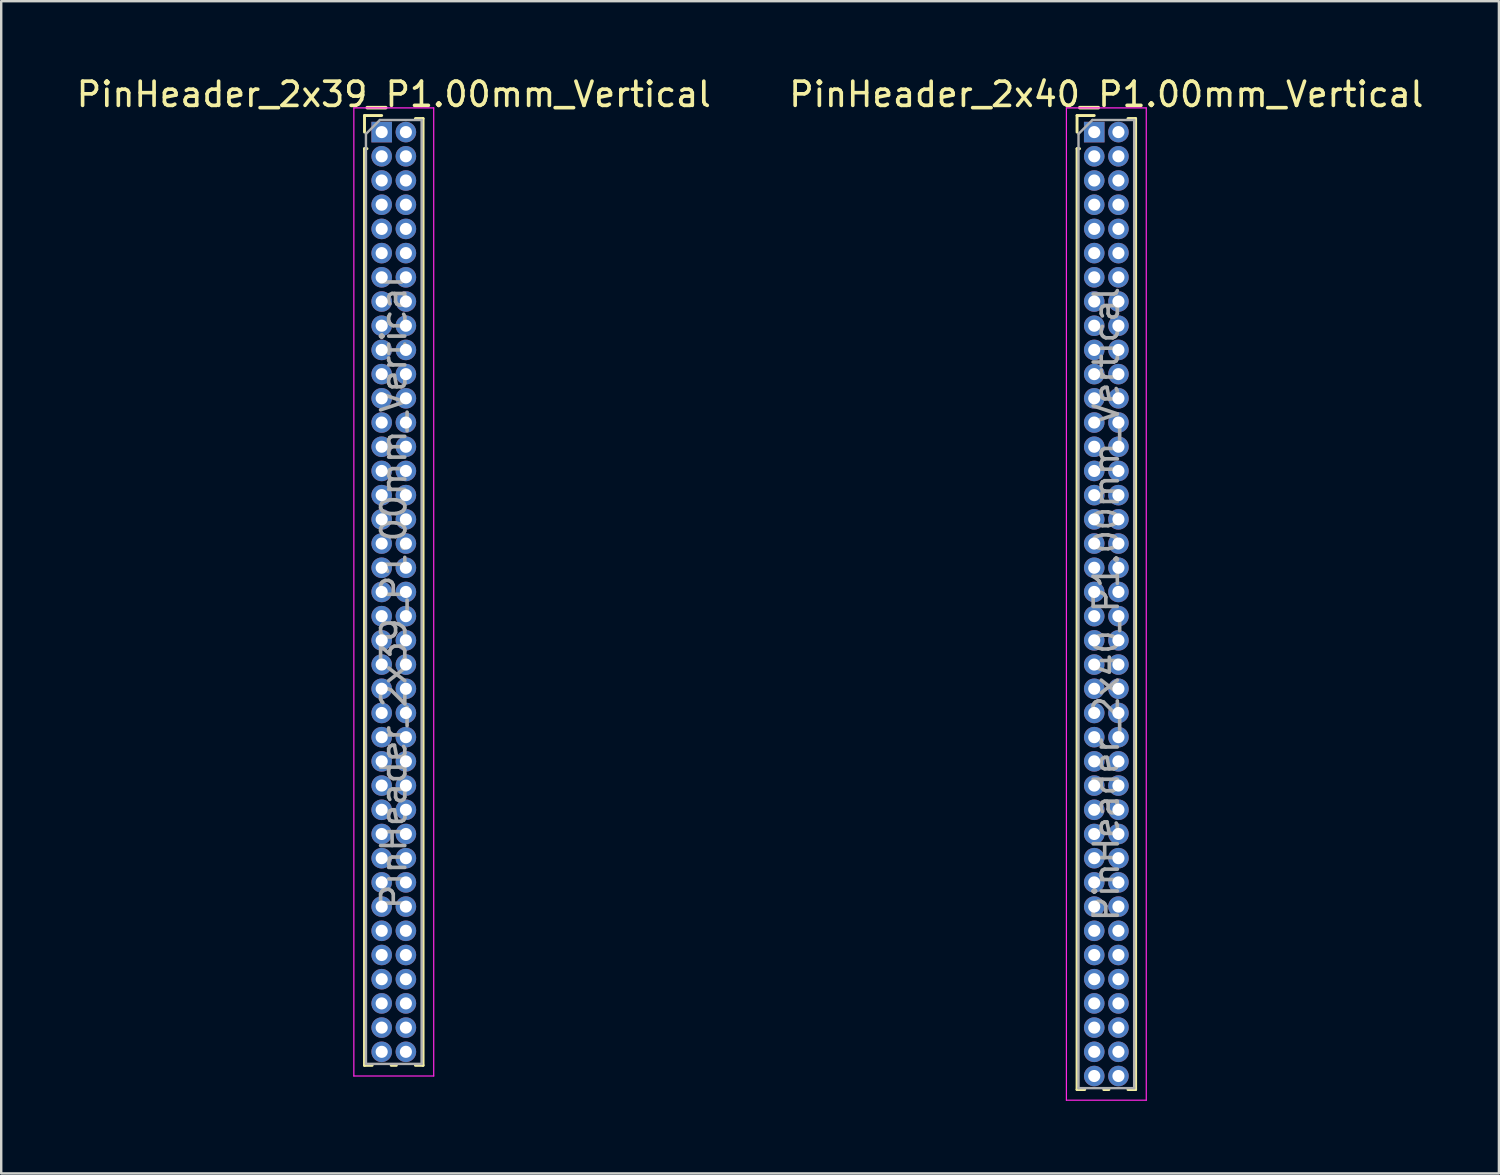
<source format=kicad_pcb>
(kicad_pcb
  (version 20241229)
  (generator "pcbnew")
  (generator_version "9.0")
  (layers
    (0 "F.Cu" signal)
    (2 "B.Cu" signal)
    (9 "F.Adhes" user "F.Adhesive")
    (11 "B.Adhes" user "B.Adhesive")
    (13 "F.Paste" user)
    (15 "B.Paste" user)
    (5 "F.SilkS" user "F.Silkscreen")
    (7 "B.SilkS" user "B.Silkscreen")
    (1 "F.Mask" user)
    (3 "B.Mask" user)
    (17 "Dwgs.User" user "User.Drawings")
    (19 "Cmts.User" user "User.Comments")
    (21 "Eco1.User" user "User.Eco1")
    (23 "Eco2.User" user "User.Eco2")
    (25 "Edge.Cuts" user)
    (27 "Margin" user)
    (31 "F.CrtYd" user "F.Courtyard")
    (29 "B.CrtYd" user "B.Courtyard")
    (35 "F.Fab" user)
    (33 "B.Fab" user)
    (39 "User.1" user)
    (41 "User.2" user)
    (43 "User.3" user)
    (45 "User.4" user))
  (footprint "PinHeader_2x40_P1.00mm_Vertical"
    (layer "F.Cu")
    (at 42.161 2.408)
    (property "Reference" "PinHeader_2x40_P1.00mm_Vertical" (at 0.5 -1.56 0) (layer "F.SilkS") (effects (font (size 1 1) (thickness 0.15))))
    (attr through_hole)
    (fp_line (start -0.71 -0.685) (end 0 -0.685) (stroke (width 0.12) (type solid)) (layer "F.SilkS"))
    (fp_line (start -0.71 0) (end -0.71 -0.685) (stroke (width 0.12) (type solid)) (layer "F.SilkS"))
    (fp_line (start -0.71 0.685) (end -0.71 39.56) (stroke (width 0.12) (type solid)) (layer "F.SilkS"))
    (fp_line (start -0.71 0.685) (end -0.608 0.685) (stroke (width 0.12) (type solid)) (layer "F.SilkS"))
    (fp_line (start -0.71 39.56) (end -0.394 39.56) (stroke (width 0.12) (type solid)) (layer "F.SilkS"))
    (fp_line (start 0.394 39.56) (end 0.606 39.56) (stroke (width 0.12) (type solid)) (layer "F.SilkS"))
    (fp_line (start 1.394 -0.56) (end 1.71 -0.56) (stroke (width 0.12) (type solid)) (layer "F.SilkS"))
    (fp_line (start 1.394 39.56) (end 1.71 39.56) (stroke (width 0.12) (type solid)) (layer "F.SilkS"))
    (fp_line (start 1.71 -0.56) (end 1.71 39.56) (stroke (width 0.12) (type solid)) (layer "F.SilkS"))
    (fp_line (start -1.15 -1) (end -1.15 40) (stroke (width 0.05) (type solid)) (layer "F.CrtYd"))
    (fp_line (start -1.15 40) (end 2.15 40) (stroke (width 0.05) (type solid)) (layer "F.CrtYd"))
    (fp_line (start 2.15 -1) (end -1.15 -1) (stroke (width 0.05) (type solid)) (layer "F.CrtYd"))
    (fp_line (start 2.15 40) (end 2.15 -1) (stroke (width 0.05) (type solid)) (layer "F.CrtYd"))
    (fp_line (start -0.65 0.075) (end -0.075 -0.5) (stroke (width 0.1) (type solid)) (layer "F.Fab"))
    (fp_line (start -0.65 39.5) (end -0.65 0.075) (stroke (width 0.1) (type solid)) (layer "F.Fab"))
    (fp_line (start -0.075 -0.5) (end 1.65 -0.5) (stroke (width 0.1) (type solid)) (layer "F.Fab"))
    (fp_line (start 1.65 -0.5) (end 1.65 39.5) (stroke (width 0.1) (type solid)) (layer "F.Fab"))
    (fp_line (start 1.65 39.5) (end -0.65 39.5) (stroke (width 0.1) (type solid)) (layer "F.Fab"))
    (fp_text user "${REFERENCE}" (at 0.5 19.5 90) (layer "F.Fab") (effects (font (size 1 1) (thickness 0.15))))
    (pad "1" thru_hole rect (at 0 0) (size 0.85 0.85) (drill 0.5) (layers "*.Cu" "*.Mask"))
    (pad "2" thru_hole oval (at 1 0) (size 0.85 0.85) (drill 0.5) (layers "*.Cu" "*.Mask"))
    (pad "3" thru_hole oval (at 0 1) (size 0.85 0.85) (drill 0.5) (layers "*.Cu" "*.Mask"))
    (pad "4" thru_hole oval (at 1 1) (size 0.85 0.85) (drill 0.5) (layers "*.Cu" "*.Mask"))
    (pad "5" thru_hole oval (at 0 2) (size 0.85 0.85) (drill 0.5) (layers "*.Cu" "*.Mask"))
    (pad "6" thru_hole oval (at 1 2) (size 0.85 0.85) (drill 0.5) (layers "*.Cu" "*.Mask"))
    (pad "7" thru_hole oval (at 0 3) (size 0.85 0.85) (drill 0.5) (layers "*.Cu" "*.Mask"))
    (pad "8" thru_hole oval (at 1 3) (size 0.85 0.85) (drill 0.5) (layers "*.Cu" "*.Mask"))
    (pad "9" thru_hole oval (at 0 4) (size 0.85 0.85) (drill 0.5) (layers "*.Cu" "*.Mask"))
    (pad "10" thru_hole oval (at 1 4) (size 0.85 0.85) (drill 0.5) (layers "*.Cu" "*.Mask"))
    (pad "11" thru_hole oval (at 0 5) (size 0.85 0.85) (drill 0.5) (layers "*.Cu" "*.Mask"))
    (pad "12" thru_hole oval (at 1 5) (size 0.85 0.85) (drill 0.5) (layers "*.Cu" "*.Mask"))
    (pad "13" thru_hole oval (at 0 6) (size 0.85 0.85) (drill 0.5) (layers "*.Cu" "*.Mask"))
    (pad "14" thru_hole oval (at 1 6) (size 0.85 0.85) (drill 0.5) (layers "*.Cu" "*.Mask"))
    (pad "15" thru_hole oval (at 0 7) (size 0.85 0.85) (drill 0.5) (layers "*.Cu" "*.Mask"))
    (pad "16" thru_hole oval (at 1 7) (size 0.85 0.85) (drill 0.5) (layers "*.Cu" "*.Mask"))
    (pad "17" thru_hole oval (at 0 8) (size 0.85 0.85) (drill 0.5) (layers "*.Cu" "*.Mask"))
    (pad "18" thru_hole oval (at 1 8) (size 0.85 0.85) (drill 0.5) (layers "*.Cu" "*.Mask"))
    (pad "19" thru_hole oval (at 0 9) (size 0.85 0.85) (drill 0.5) (layers "*.Cu" "*.Mask"))
    (pad "20" thru_hole oval (at 1 9) (size 0.85 0.85) (drill 0.5) (layers "*.Cu" "*.Mask"))
    (pad "21" thru_hole oval (at 0 10) (size 0.85 0.85) (drill 0.5) (layers "*.Cu" "*.Mask"))
    (pad "22" thru_hole oval (at 1 10) (size 0.85 0.85) (drill 0.5) (layers "*.Cu" "*.Mask"))
    (pad "23" thru_hole oval (at 0 11) (size 0.85 0.85) (drill 0.5) (layers "*.Cu" "*.Mask"))
    (pad "24" thru_hole oval (at 1 11) (size 0.85 0.85) (drill 0.5) (layers "*.Cu" "*.Mask"))
    (pad "25" thru_hole oval (at 0 12) (size 0.85 0.85) (drill 0.5) (layers "*.Cu" "*.Mask"))
    (pad "26" thru_hole oval (at 1 12) (size 0.85 0.85) (drill 0.5) (layers "*.Cu" "*.Mask"))
    (pad "27" thru_hole oval (at 0 13) (size 0.85 0.85) (drill 0.5) (layers "*.Cu" "*.Mask"))
    (pad "28" thru_hole oval (at 1 13) (size 0.85 0.85) (drill 0.5) (layers "*.Cu" "*.Mask"))
    (pad "29" thru_hole oval (at 0 14) (size 0.85 0.85) (drill 0.5) (layers "*.Cu" "*.Mask"))
    (pad "30" thru_hole oval (at 1 14) (size 0.85 0.85) (drill 0.5) (layers "*.Cu" "*.Mask"))
    (pad "31" thru_hole oval (at 0 15) (size 0.85 0.85) (drill 0.5) (layers "*.Cu" "*.Mask"))
    (pad "32" thru_hole oval (at 1 15) (size 0.85 0.85) (drill 0.5) (layers "*.Cu" "*.Mask"))
    (pad "33" thru_hole oval (at 0 16) (size 0.85 0.85) (drill 0.5) (layers "*.Cu" "*.Mask"))
    (pad "34" thru_hole oval (at 1 16) (size 0.85 0.85) (drill 0.5) (layers "*.Cu" "*.Mask"))
    (pad "35" thru_hole oval (at 0 17) (size 0.85 0.85) (drill 0.5) (layers "*.Cu" "*.Mask"))
    (pad "36" thru_hole oval (at 1 17) (size 0.85 0.85) (drill 0.5) (layers "*.Cu" "*.Mask"))
    (pad "37" thru_hole oval (at 0 18) (size 0.85 0.85) (drill 0.5) (layers "*.Cu" "*.Mask"))
    (pad "38" thru_hole oval (at 1 18) (size 0.85 0.85) (drill 0.5) (layers "*.Cu" "*.Mask"))
    (pad "39" thru_hole oval (at 0 19) (size 0.85 0.85) (drill 0.5) (layers "*.Cu" "*.Mask"))
    (pad "40" thru_hole oval (at 1 19) (size 0.85 0.85) (drill 0.5) (layers "*.Cu" "*.Mask"))
    (pad "41" thru_hole oval (at 0 20) (size 0.85 0.85) (drill 0.5) (layers "*.Cu" "*.Mask"))
    (pad "42" thru_hole oval (at 1 20) (size 0.85 0.85) (drill 0.5) (layers "*.Cu" "*.Mask"))
    (pad "43" thru_hole oval (at 0 21) (size 0.85 0.85) (drill 0.5) (layers "*.Cu" "*.Mask"))
    (pad "44" thru_hole oval (at 1 21) (size 0.85 0.85) (drill 0.5) (layers "*.Cu" "*.Mask"))
    (pad "45" thru_hole oval (at 0 22) (size 0.85 0.85) (drill 0.5) (layers "*.Cu" "*.Mask"))
    (pad "46" thru_hole oval (at 1 22) (size 0.85 0.85) (drill 0.5) (layers "*.Cu" "*.Mask"))
    (pad "47" thru_hole oval (at 0 23) (size 0.85 0.85) (drill 0.5) (layers "*.Cu" "*.Mask"))
    (pad "48" thru_hole oval (at 1 23) (size 0.85 0.85) (drill 0.5) (layers "*.Cu" "*.Mask"))
    (pad "49" thru_hole oval (at 0 24) (size 0.85 0.85) (drill 0.5) (layers "*.Cu" "*.Mask"))
    (pad "50" thru_hole oval (at 1 24) (size 0.85 0.85) (drill 0.5) (layers "*.Cu" "*.Mask"))
    (pad "51" thru_hole oval (at 0 25) (size 0.85 0.85) (drill 0.5) (layers "*.Cu" "*.Mask"))
    (pad "52" thru_hole oval (at 1 25) (size 0.85 0.85) (drill 0.5) (layers "*.Cu" "*.Mask"))
    (pad "53" thru_hole oval (at 0 26) (size 0.85 0.85) (drill 0.5) (layers "*.Cu" "*.Mask"))
    (pad "54" thru_hole oval (at 1 26) (size 0.85 0.85) (drill 0.5) (layers "*.Cu" "*.Mask"))
    (pad "55" thru_hole oval (at 0 27) (size 0.85 0.85) (drill 0.5) (layers "*.Cu" "*.Mask"))
    (pad "56" thru_hole oval (at 1 27) (size 0.85 0.85) (drill 0.5) (layers "*.Cu" "*.Mask"))
    (pad "57" thru_hole oval (at 0 28) (size 0.85 0.85) (drill 0.5) (layers "*.Cu" "*.Mask"))
    (pad "58" thru_hole oval (at 1 28) (size 0.85 0.85) (drill 0.5) (layers "*.Cu" "*.Mask"))
    (pad "59" thru_hole oval (at 0 29) (size 0.85 0.85) (drill 0.5) (layers "*.Cu" "*.Mask"))
    (pad "60" thru_hole oval (at 1 29) (size 0.85 0.85) (drill 0.5) (layers "*.Cu" "*.Mask"))
    (pad "61" thru_hole oval (at 0 30) (size 0.85 0.85) (drill 0.5) (layers "*.Cu" "*.Mask"))
    (pad "62" thru_hole oval (at 1 30) (size 0.85 0.85) (drill 0.5) (layers "*.Cu" "*.Mask"))
    (pad "63" thru_hole oval (at 0 31) (size 0.85 0.85) (drill 0.5) (layers "*.Cu" "*.Mask"))
    (pad "64" thru_hole oval (at 1 31) (size 0.85 0.85) (drill 0.5) (layers "*.Cu" "*.Mask"))
    (pad "65" thru_hole oval (at 0 32) (size 0.85 0.85) (drill 0.5) (layers "*.Cu" "*.Mask"))
    (pad "66" thru_hole oval (at 1 32) (size 0.85 0.85) (drill 0.5) (layers "*.Cu" "*.Mask"))
    (pad "67" thru_hole oval (at 0 33) (size 0.85 0.85) (drill 0.5) (layers "*.Cu" "*.Mask"))
    (pad "68" thru_hole oval (at 1 33) (size 0.85 0.85) (drill 0.5) (layers "*.Cu" "*.Mask"))
    (pad "69" thru_hole oval (at 0 34) (size 0.85 0.85) (drill 0.5) (layers "*.Cu" "*.Mask"))
    (pad "70" thru_hole oval (at 1 34) (size 0.85 0.85) (drill 0.5) (layers "*.Cu" "*.Mask"))
    (pad "71" thru_hole oval (at 0 35) (size 0.85 0.85) (drill 0.5) (layers "*.Cu" "*.Mask"))
    (pad "72" thru_hole oval (at 1 35) (size 0.85 0.85) (drill 0.5) (layers "*.Cu" "*.Mask"))
    (pad "73" thru_hole oval (at 0 36) (size 0.85 0.85) (drill 0.5) (layers "*.Cu" "*.Mask"))
    (pad "74" thru_hole oval (at 1 36) (size 0.85 0.85) (drill 0.5) (layers "*.Cu" "*.Mask"))
    (pad "75" thru_hole oval (at 0 37) (size 0.85 0.85) (drill 0.5) (layers "*.Cu" "*.Mask"))
    (pad "76" thru_hole oval (at 1 37) (size 0.85 0.85) (drill 0.5) (layers "*.Cu" "*.Mask"))
    (pad "77" thru_hole oval (at 0 38) (size 0.85 0.85) (drill 0.5) (layers "*.Cu" "*.Mask"))
    (pad "78" thru_hole oval (at 1 38) (size 0.85 0.85) (drill 0.5) (layers "*.Cu" "*.Mask"))
    (pad "79" thru_hole oval (at 0 39) (size 0.85 0.85) (drill 0.5) (layers "*.Cu" "*.Mask"))
    (pad "80" thru_hole oval (at 1 39) (size 0.85 0.85) (drill 0.5) (layers "*.Cu" "*.Mask")))
  (footprint "PinHeader_2x39_P1.00mm_Vertical"
    (layer "F.Cu")
    (at 12.72 2.408)
    (property "Reference" "PinHeader_2x39_P1.00mm_Vertical" (at 0.5 -1.56 0) (layer "F.SilkS") (effects (font (size 1 1) (thickness 0.15))))
    (attr through_hole)
    (fp_line (start -0.71 -0.685) (end 0 -0.685) (stroke (width 0.12) (type solid)) (layer "F.SilkS"))
    (fp_line (start -0.71 0) (end -0.71 -0.685) (stroke (width 0.12) (type solid)) (layer "F.SilkS"))
    (fp_line (start -0.71 0.685) (end -0.71 38.56) (stroke (width 0.12) (type solid)) (layer "F.SilkS"))
    (fp_line (start -0.71 0.685) (end -0.608 0.685) (stroke (width 0.12) (type solid)) (layer "F.SilkS"))
    (fp_line (start -0.71 38.56) (end -0.394 38.56) (stroke (width 0.12) (type solid)) (layer "F.SilkS"))
    (fp_line (start 0.394 38.56) (end 0.606 38.56) (stroke (width 0.12) (type solid)) (layer "F.SilkS"))
    (fp_line (start 1.394 -0.56) (end 1.71 -0.56) (stroke (width 0.12) (type solid)) (layer "F.SilkS"))
    (fp_line (start 1.394 38.56) (end 1.71 38.56) (stroke (width 0.12) (type solid)) (layer "F.SilkS"))
    (fp_line (start 1.71 -0.56) (end 1.71 38.56) (stroke (width 0.12) (type solid)) (layer "F.SilkS"))
    (fp_line (start -1.15 -1) (end -1.15 39) (stroke (width 0.05) (type solid)) (layer "F.CrtYd"))
    (fp_line (start -1.15 39) (end 2.15 39) (stroke (width 0.05) (type solid)) (layer "F.CrtYd"))
    (fp_line (start 2.15 -1) (end -1.15 -1) (stroke (width 0.05) (type solid)) (layer "F.CrtYd"))
    (fp_line (start 2.15 39) (end 2.15 -1) (stroke (width 0.05) (type solid)) (layer "F.CrtYd"))
    (fp_line (start -0.65 0.075) (end -0.075 -0.5) (stroke (width 0.1) (type solid)) (layer "F.Fab"))
    (fp_line (start -0.65 38.5) (end -0.65 0.075) (stroke (width 0.1) (type solid)) (layer "F.Fab"))
    (fp_line (start -0.075 -0.5) (end 1.65 -0.5) (stroke (width 0.1) (type solid)) (layer "F.Fab"))
    (fp_line (start 1.65 -0.5) (end 1.65 38.5) (stroke (width 0.1) (type solid)) (layer "F.Fab"))
    (fp_line (start 1.65 38.5) (end -0.65 38.5) (stroke (width 0.1) (type solid)) (layer "F.Fab"))
    (fp_text user "${REFERENCE}" (at 0.5 19 90) (layer "F.Fab") (effects (font (size 1 1) (thickness 0.15))))
    (pad "1" thru_hole rect (at 0 0) (size 0.85 0.85) (drill 0.5) (layers "*.Cu" "*.Mask"))
    (pad "2" thru_hole oval (at 1 0) (size 0.85 0.85) (drill 0.5) (layers "*.Cu" "*.Mask"))
    (pad "3" thru_hole oval (at 0 1) (size 0.85 0.85) (drill 0.5) (layers "*.Cu" "*.Mask"))
    (pad "4" thru_hole oval (at 1 1) (size 0.85 0.85) (drill 0.5) (layers "*.Cu" "*.Mask"))
    (pad "5" thru_hole oval (at 0 2) (size 0.85 0.85) (drill 0.5) (layers "*.Cu" "*.Mask"))
    (pad "6" thru_hole oval (at 1 2) (size 0.85 0.85) (drill 0.5) (layers "*.Cu" "*.Mask"))
    (pad "7" thru_hole oval (at 0 3) (size 0.85 0.85) (drill 0.5) (layers "*.Cu" "*.Mask"))
    (pad "8" thru_hole oval (at 1 3) (size 0.85 0.85) (drill 0.5) (layers "*.Cu" "*.Mask"))
    (pad "9" thru_hole oval (at 0 4) (size 0.85 0.85) (drill 0.5) (layers "*.Cu" "*.Mask"))
    (pad "10" thru_hole oval (at 1 4) (size 0.85 0.85) (drill 0.5) (layers "*.Cu" "*.Mask"))
    (pad "11" thru_hole oval (at 0 5) (size 0.85 0.85) (drill 0.5) (layers "*.Cu" "*.Mask"))
    (pad "12" thru_hole oval (at 1 5) (size 0.85 0.85) (drill 0.5) (layers "*.Cu" "*.Mask"))
    (pad "13" thru_hole oval (at 0 6) (size 0.85 0.85) (drill 0.5) (layers "*.Cu" "*.Mask"))
    (pad "14" thru_hole oval (at 1 6) (size 0.85 0.85) (drill 0.5) (layers "*.Cu" "*.Mask"))
    (pad "15" thru_hole oval (at 0 7) (size 0.85 0.85) (drill 0.5) (layers "*.Cu" "*.Mask"))
    (pad "16" thru_hole oval (at 1 7) (size 0.85 0.85) (drill 0.5) (layers "*.Cu" "*.Mask"))
    (pad "17" thru_hole oval (at 0 8) (size 0.85 0.85) (drill 0.5) (layers "*.Cu" "*.Mask"))
    (pad "18" thru_hole oval (at 1 8) (size 0.85 0.85) (drill 0.5) (layers "*.Cu" "*.Mask"))
    (pad "19" thru_hole oval (at 0 9) (size 0.85 0.85) (drill 0.5) (layers "*.Cu" "*.Mask"))
    (pad "20" thru_hole oval (at 1 9) (size 0.85 0.85) (drill 0.5) (layers "*.Cu" "*.Mask"))
    (pad "21" thru_hole oval (at 0 10) (size 0.85 0.85) (drill 0.5) (layers "*.Cu" "*.Mask"))
    (pad "22" thru_hole oval (at 1 10) (size 0.85 0.85) (drill 0.5) (layers "*.Cu" "*.Mask"))
    (pad "23" thru_hole oval (at 0 11) (size 0.85 0.85) (drill 0.5) (layers "*.Cu" "*.Mask"))
    (pad "24" thru_hole oval (at 1 11) (size 0.85 0.85) (drill 0.5) (layers "*.Cu" "*.Mask"))
    (pad "25" thru_hole oval (at 0 12) (size 0.85 0.85) (drill 0.5) (layers "*.Cu" "*.Mask"))
    (pad "26" thru_hole oval (at 1 12) (size 0.85 0.85) (drill 0.5) (layers "*.Cu" "*.Mask"))
    (pad "27" thru_hole oval (at 0 13) (size 0.85 0.85) (drill 0.5) (layers "*.Cu" "*.Mask"))
    (pad "28" thru_hole oval (at 1 13) (size 0.85 0.85) (drill 0.5) (layers "*.Cu" "*.Mask"))
    (pad "29" thru_hole oval (at 0 14) (size 0.85 0.85) (drill 0.5) (layers "*.Cu" "*.Mask"))
    (pad "30" thru_hole oval (at 1 14) (size 0.85 0.85) (drill 0.5) (layers "*.Cu" "*.Mask"))
    (pad "31" thru_hole oval (at 0 15) (size 0.85 0.85) (drill 0.5) (layers "*.Cu" "*.Mask"))
    (pad "32" thru_hole oval (at 1 15) (size 0.85 0.85) (drill 0.5) (layers "*.Cu" "*.Mask"))
    (pad "33" thru_hole oval (at 0 16) (size 0.85 0.85) (drill 0.5) (layers "*.Cu" "*.Mask"))
    (pad "34" thru_hole oval (at 1 16) (size 0.85 0.85) (drill 0.5) (layers "*.Cu" "*.Mask"))
    (pad "35" thru_hole oval (at 0 17) (size 0.85 0.85) (drill 0.5) (layers "*.Cu" "*.Mask"))
    (pad "36" thru_hole oval (at 1 17) (size 0.85 0.85) (drill 0.5) (layers "*.Cu" "*.Mask"))
    (pad "37" thru_hole oval (at 0 18) (size 0.85 0.85) (drill 0.5) (layers "*.Cu" "*.Mask"))
    (pad "38" thru_hole oval (at 1 18) (size 0.85 0.85) (drill 0.5) (layers "*.Cu" "*.Mask"))
    (pad "39" thru_hole oval (at 0 19) (size 0.85 0.85) (drill 0.5) (layers "*.Cu" "*.Mask"))
    (pad "40" thru_hole oval (at 1 19) (size 0.85 0.85) (drill 0.5) (layers "*.Cu" "*.Mask"))
    (pad "41" thru_hole oval (at 0 20) (size 0.85 0.85) (drill 0.5) (layers "*.Cu" "*.Mask"))
    (pad "42" thru_hole oval (at 1 20) (size 0.85 0.85) (drill 0.5) (layers "*.Cu" "*.Mask"))
    (pad "43" thru_hole oval (at 0 21) (size 0.85 0.85) (drill 0.5) (layers "*.Cu" "*.Mask"))
    (pad "44" thru_hole oval (at 1 21) (size 0.85 0.85) (drill 0.5) (layers "*.Cu" "*.Mask"))
    (pad "45" thru_hole oval (at 0 22) (size 0.85 0.85) (drill 0.5) (layers "*.Cu" "*.Mask"))
    (pad "46" thru_hole oval (at 1 22) (size 0.85 0.85) (drill 0.5) (layers "*.Cu" "*.Mask"))
    (pad "47" thru_hole oval (at 0 23) (size 0.85 0.85) (drill 0.5) (layers "*.Cu" "*.Mask"))
    (pad "48" thru_hole oval (at 1 23) (size 0.85 0.85) (drill 0.5) (layers "*.Cu" "*.Mask"))
    (pad "49" thru_hole oval (at 0 24) (size 0.85 0.85) (drill 0.5) (layers "*.Cu" "*.Mask"))
    (pad "50" thru_hole oval (at 1 24) (size 0.85 0.85) (drill 0.5) (layers "*.Cu" "*.Mask"))
    (pad "51" thru_hole oval (at 0 25) (size 0.85 0.85) (drill 0.5) (layers "*.Cu" "*.Mask"))
    (pad "52" thru_hole oval (at 1 25) (size 0.85 0.85) (drill 0.5) (layers "*.Cu" "*.Mask"))
    (pad "53" thru_hole oval (at 0 26) (size 0.85 0.85) (drill 0.5) (layers "*.Cu" "*.Mask"))
    (pad "54" thru_hole oval (at 1 26) (size 0.85 0.85) (drill 0.5) (layers "*.Cu" "*.Mask"))
    (pad "55" thru_hole oval (at 0 27) (size 0.85 0.85) (drill 0.5) (layers "*.Cu" "*.Mask"))
    (pad "56" thru_hole oval (at 1 27) (size 0.85 0.85) (drill 0.5) (layers "*.Cu" "*.Mask"))
    (pad "57" thru_hole oval (at 0 28) (size 0.85 0.85) (drill 0.5) (layers "*.Cu" "*.Mask"))
    (pad "58" thru_hole oval (at 1 28) (size 0.85 0.85) (drill 0.5) (layers "*.Cu" "*.Mask"))
    (pad "59" thru_hole oval (at 0 29) (size 0.85 0.85) (drill 0.5) (layers "*.Cu" "*.Mask"))
    (pad "60" thru_hole oval (at 1 29) (size 0.85 0.85) (drill 0.5) (layers "*.Cu" "*.Mask"))
    (pad "61" thru_hole oval (at 0 30) (size 0.85 0.85) (drill 0.5) (layers "*.Cu" "*.Mask"))
    (pad "62" thru_hole oval (at 1 30) (size 0.85 0.85) (drill 0.5) (layers "*.Cu" "*.Mask"))
    (pad "63" thru_hole oval (at 0 31) (size 0.85 0.85) (drill 0.5) (layers "*.Cu" "*.Mask"))
    (pad "64" thru_hole oval (at 1 31) (size 0.85 0.85) (drill 0.5) (layers "*.Cu" "*.Mask"))
    (pad "65" thru_hole oval (at 0 32) (size 0.85 0.85) (drill 0.5) (layers "*.Cu" "*.Mask"))
    (pad "66" thru_hole oval (at 1 32) (size 0.85 0.85) (drill 0.5) (layers "*.Cu" "*.Mask"))
    (pad "67" thru_hole oval (at 0 33) (size 0.85 0.85) (drill 0.5) (layers "*.Cu" "*.Mask"))
    (pad "68" thru_hole oval (at 1 33) (size 0.85 0.85) (drill 0.5) (layers "*.Cu" "*.Mask"))
    (pad "69" thru_hole oval (at 0 34) (size 0.85 0.85) (drill 0.5) (layers "*.Cu" "*.Mask"))
    (pad "70" thru_hole oval (at 1 34) (size 0.85 0.85) (drill 0.5) (layers "*.Cu" "*.Mask"))
    (pad "71" thru_hole oval (at 0 35) (size 0.85 0.85) (drill 0.5) (layers "*.Cu" "*.Mask"))
    (pad "72" thru_hole oval (at 1 35) (size 0.85 0.85) (drill 0.5) (layers "*.Cu" "*.Mask"))
    (pad "73" thru_hole oval (at 0 36) (size 0.85 0.85) (drill 0.5) (layers "*.Cu" "*.Mask"))
    (pad "74" thru_hole oval (at 1 36) (size 0.85 0.85) (drill 0.5) (layers "*.Cu" "*.Mask"))
    (pad "75" thru_hole oval (at 0 37) (size 0.85 0.85) (drill 0.5) (layers "*.Cu" "*.Mask"))
    (pad "76" thru_hole oval (at 1 37) (size 0.85 0.85) (drill 0.5) (layers "*.Cu" "*.Mask"))
    (pad "77" thru_hole oval (at 0 38) (size 0.85 0.85) (drill 0.5) (layers "*.Cu" "*.Mask"))
    (pad "78" thru_hole oval (at 1 38) (size 0.85 0.85) (drill 0.5) (layers "*.Cu" "*.Mask")))
  (gr_rect
    (start -3 -3)
    (end 58.881 45.433)
    (stroke (width 0.1) (type default))
    (fill no)
    (layer "Edge.Cuts")))
</source>
